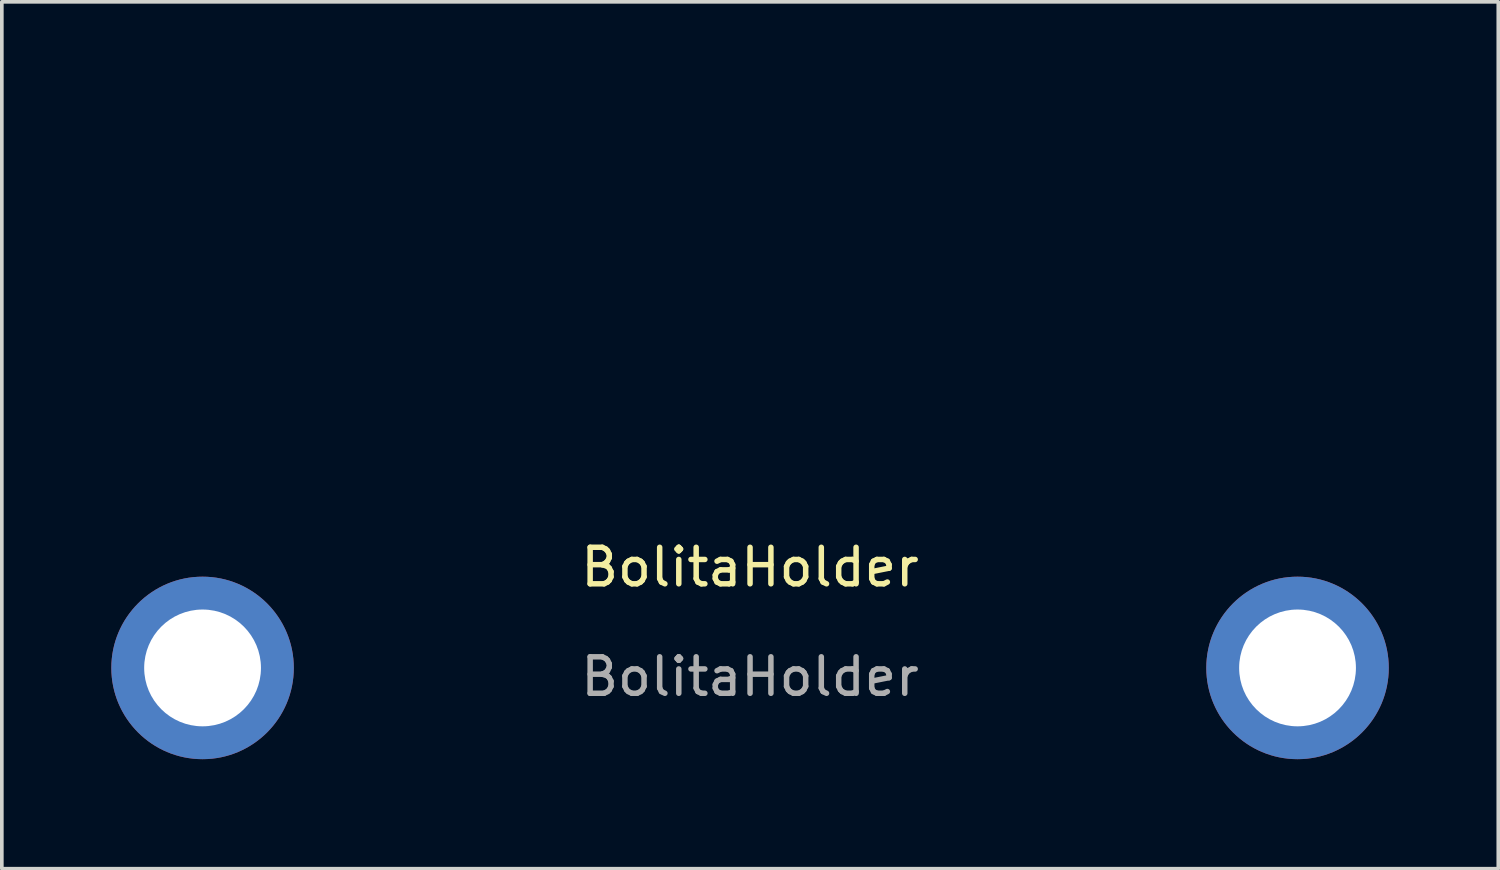
<source format=kicad_pcb>
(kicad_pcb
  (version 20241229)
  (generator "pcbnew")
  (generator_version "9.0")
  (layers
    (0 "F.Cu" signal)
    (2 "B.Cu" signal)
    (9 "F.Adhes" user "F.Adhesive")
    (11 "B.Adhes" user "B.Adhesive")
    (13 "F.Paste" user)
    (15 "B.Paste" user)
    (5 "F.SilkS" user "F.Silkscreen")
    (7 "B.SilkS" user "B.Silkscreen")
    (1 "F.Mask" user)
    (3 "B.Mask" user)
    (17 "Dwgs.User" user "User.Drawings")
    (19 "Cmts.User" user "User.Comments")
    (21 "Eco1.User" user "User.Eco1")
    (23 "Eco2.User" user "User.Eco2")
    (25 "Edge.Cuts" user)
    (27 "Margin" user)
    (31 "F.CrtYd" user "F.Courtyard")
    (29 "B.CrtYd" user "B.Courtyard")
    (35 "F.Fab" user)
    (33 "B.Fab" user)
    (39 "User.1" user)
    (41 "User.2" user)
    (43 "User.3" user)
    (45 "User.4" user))
  (footprint "BolitaHolder"
    (layer "F.Cu")
    (at 17.5 0.25)
    (property "Reference" "BolitaHolder" (at 0 12.24 0) (unlocked yes) (layer "F.SilkS") (effects (font (size 1 1) (thickness 0.15))))
    (attr through_hole)
    (fp_text user "${REFERENCE}" (at 0 15.24 0) (unlocked yes) (layer "F.Fab") (effects (font (size 1 1) (thickness 0.15))))
    (pad "1" thru_hole circle (at -15 15) (size 5 5) (drill 3.2) (layers "*.Cu" "*.Mask"))
    (pad "2" thru_hole circle (at 15 15) (size 5 5) (drill 3.2) (layers "*.Cu" "*.Mask")))
  (gr_rect
    (start -3 -3)
    (end 38 20.75)
    (stroke (width 0.1) (type default))
    (fill no)
    (layer "Edge.Cuts")))
</source>
